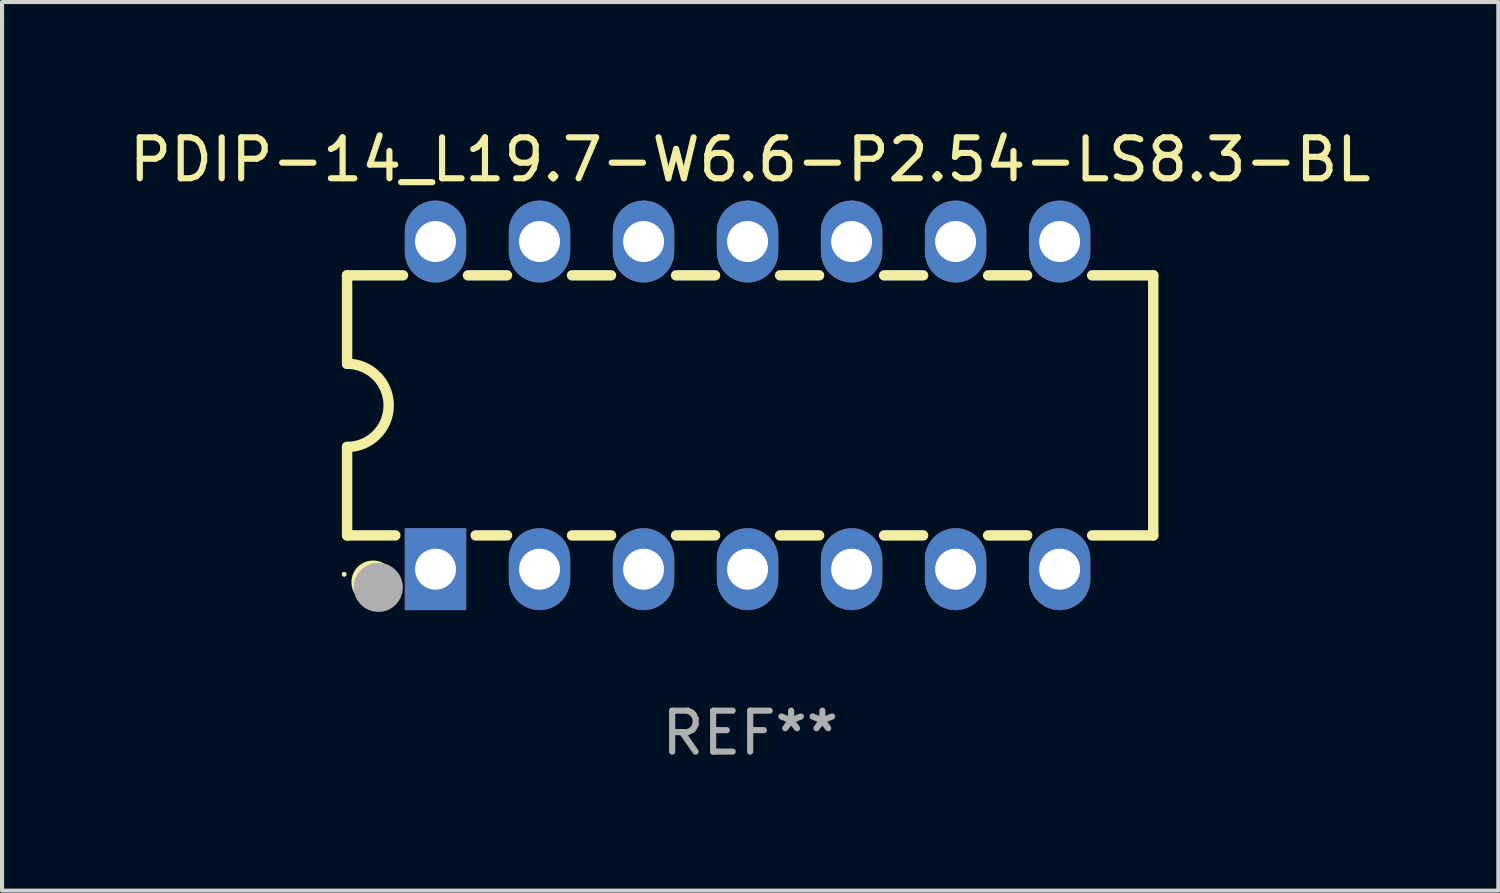
<source format=kicad_pcb>
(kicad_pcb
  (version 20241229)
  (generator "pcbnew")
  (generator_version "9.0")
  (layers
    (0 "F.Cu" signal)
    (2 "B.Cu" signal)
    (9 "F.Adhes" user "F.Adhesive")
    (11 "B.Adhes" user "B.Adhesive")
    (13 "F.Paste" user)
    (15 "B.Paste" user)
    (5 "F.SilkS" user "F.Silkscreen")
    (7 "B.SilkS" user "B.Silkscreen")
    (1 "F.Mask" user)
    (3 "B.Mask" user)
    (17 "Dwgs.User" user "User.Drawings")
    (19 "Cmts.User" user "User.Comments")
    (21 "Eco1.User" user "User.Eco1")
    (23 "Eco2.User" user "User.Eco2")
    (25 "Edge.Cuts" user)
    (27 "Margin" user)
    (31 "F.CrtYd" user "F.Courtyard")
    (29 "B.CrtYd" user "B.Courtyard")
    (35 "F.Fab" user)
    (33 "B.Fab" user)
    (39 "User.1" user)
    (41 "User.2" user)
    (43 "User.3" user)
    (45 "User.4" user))
  (footprint "PDIP-14_L19.7-W6.6-P2.54-LS8.3-BL"
    (layer "F.Cu")
    (at 15.204 6.848)
    (property "Reference" "PDIP-14_L19.7-W6.6-P2.54-LS8.3-BL" (at 0.064 -6 0) (layer "F.SilkS") (effects (font (size 1 1) (thickness 0.15))))
    (attr through_hole)
    (fp_line (start -9.779 -3.175) (end -9.779 -1.016) (stroke (width 0.254) (type solid)) (layer "F.SilkS"))
    (fp_line (start -9.779 -3.175) (end -8.414 -3.175) (stroke (width 0.254) (type solid)) (layer "F.SilkS"))
    (fp_line (start -9.779 3.175) (end -9.779 1.016) (stroke (width 0.254) (type solid)) (layer "F.SilkS"))
    (fp_line (start -8.601 3.175) (end -9.779 3.175) (stroke (width 0.254) (type solid)) (layer "F.SilkS"))
    (fp_line (start -6.826 -3.175) (end -5.874 -3.175) (stroke (width 0.254) (type solid)) (layer "F.SilkS"))
    (fp_line (start -6.639 3.175) (end -5.874 3.175) (stroke (width 0.254) (type solid)) (layer "F.SilkS"))
    (fp_line (start -4.286 -3.175) (end -3.334 -3.175) (stroke (width 0.254) (type solid)) (layer "F.SilkS"))
    (fp_line (start -4.286 3.175) (end -3.334 3.175) (stroke (width 0.254) (type solid)) (layer "F.SilkS"))
    (fp_line (start -1.746 -3.175) (end -0.794 -3.175) (stroke (width 0.254) (type solid)) (layer "F.SilkS"))
    (fp_line (start -1.746 3.175) (end -0.794 3.175) (stroke (width 0.254) (type solid)) (layer "F.SilkS"))
    (fp_line (start 0.794 -3.175) (end 1.746 -3.175) (stroke (width 0.254) (type solid)) (layer "F.SilkS"))
    (fp_line (start 0.794 3.175) (end 1.746 3.175) (stroke (width 0.254) (type solid)) (layer "F.SilkS"))
    (fp_line (start 3.334 -3.175) (end 4.286 -3.175) (stroke (width 0.254) (type solid)) (layer "F.SilkS"))
    (fp_line (start 3.334 3.175) (end 4.286 3.175) (stroke (width 0.254) (type solid)) (layer "F.SilkS"))
    (fp_line (start 5.874 -3.175) (end 6.826 -3.175) (stroke (width 0.254) (type solid)) (layer "F.SilkS"))
    (fp_line (start 5.874 3.175) (end 6.826 3.175) (stroke (width 0.254) (type solid)) (layer "F.SilkS"))
    (fp_line (start 8.414 -3.175) (end 9.906 -3.175) (stroke (width 0.254) (type solid)) (layer "F.SilkS"))
    (fp_line (start 8.414 3.175) (end 9.906 3.175) (stroke (width 0.254) (type solid)) (layer "F.SilkS"))
    (fp_line (start 9.906 -3.175) (end 9.906 3.175) (stroke (width 0.254) (type solid)) (layer "F.SilkS"))
    (fp_arc (start -9.77902 -1.016002) (mid -8.763017 -0.000001) (end -9.779018 1.016002) (stroke (width 0.254001) (type solid)) (layer "F.SilkS"))
    (fp_circle (center -9.85 4.125) (end -9.82 4.125) (stroke (width 0.06) (type solid)) (fill no) (layer "F.SilkS"))
    (fp_circle (center -9.144 4.318) (end -8.742 4.318) (stroke (width 0.254) (type solid)) (fill no) (layer "F.SilkS"))
    (fp_circle (center -9.017 4.445) (end -8.717 4.445) (stroke (width 0.6) (type solid)) (fill no) (layer "F.Fab"))
    (fp_text user "REF**" (at 0.064 8 0) (layer "F.Fab") (effects (font (size 1 1) (thickness 0.15))))
    (pad "1" thru_hole rect (at -7.62 4 90) (size 2 1.5) (drill 1) (layers "*.Cu" "*.Mask"))
    (pad "2" thru_hole oval (at -5.08 4 90) (size 2 1.5) (drill 1) (layers "*.Cu" "*.Mask"))
    (pad "3" thru_hole oval (at -2.54 4 90) (size 2 1.5) (drill 1) (layers "*.Cu" "*.Mask"))
    (pad "4" thru_hole oval (at 0 4 90) (size 2 1.5) (drill 1) (layers "*.Cu" "*.Mask"))
    (pad "5" thru_hole oval (at 2.54 4 90) (size 2 1.5) (drill 1) (layers "*.Cu" "*.Mask"))
    (pad "6" thru_hole oval (at 5.08 4 90) (size 2 1.5) (drill 1) (layers "*.Cu" "*.Mask"))
    (pad "7" thru_hole oval (at 7.62 4 90) (size 2 1.5) (drill 1) (layers "*.Cu" "*.Mask"))
    (pad "8" thru_hole oval (at 7.62 -4 90) (size 2 1.5) (drill 1) (layers "*.Cu" "*.Mask"))
    (pad "9" thru_hole oval (at 5.08 -4 90) (size 2 1.5) (drill 1) (layers "*.Cu" "*.Mask"))
    (pad "10" thru_hole oval (at 2.54 -4 90) (size 2 1.5) (drill 1) (layers "*.Cu" "*.Mask"))
    (pad "11" thru_hole oval (at 0 -4 90) (size 2 1.5) (drill 1) (layers "*.Cu" "*.Mask"))
    (pad "12" thru_hole oval (at -2.54 -4 90) (size 2 1.5) (drill 1) (layers "*.Cu" "*.Mask"))
    (pad "13" thru_hole oval (at -5.08 -4 90) (size 2 1.5) (drill 1) (layers "*.Cu" "*.Mask"))
    (pad "14" thru_hole oval (at -7.62 -4 90) (size 2 1.5) (drill 1) (layers "*.Cu" "*.Mask")))
  (gr_rect
    (start -3 -3)
    (end 33.536 18.697)
    (stroke (width 0.1) (type default))
    (fill no)
    (layer "Edge.Cuts")))
</source>
